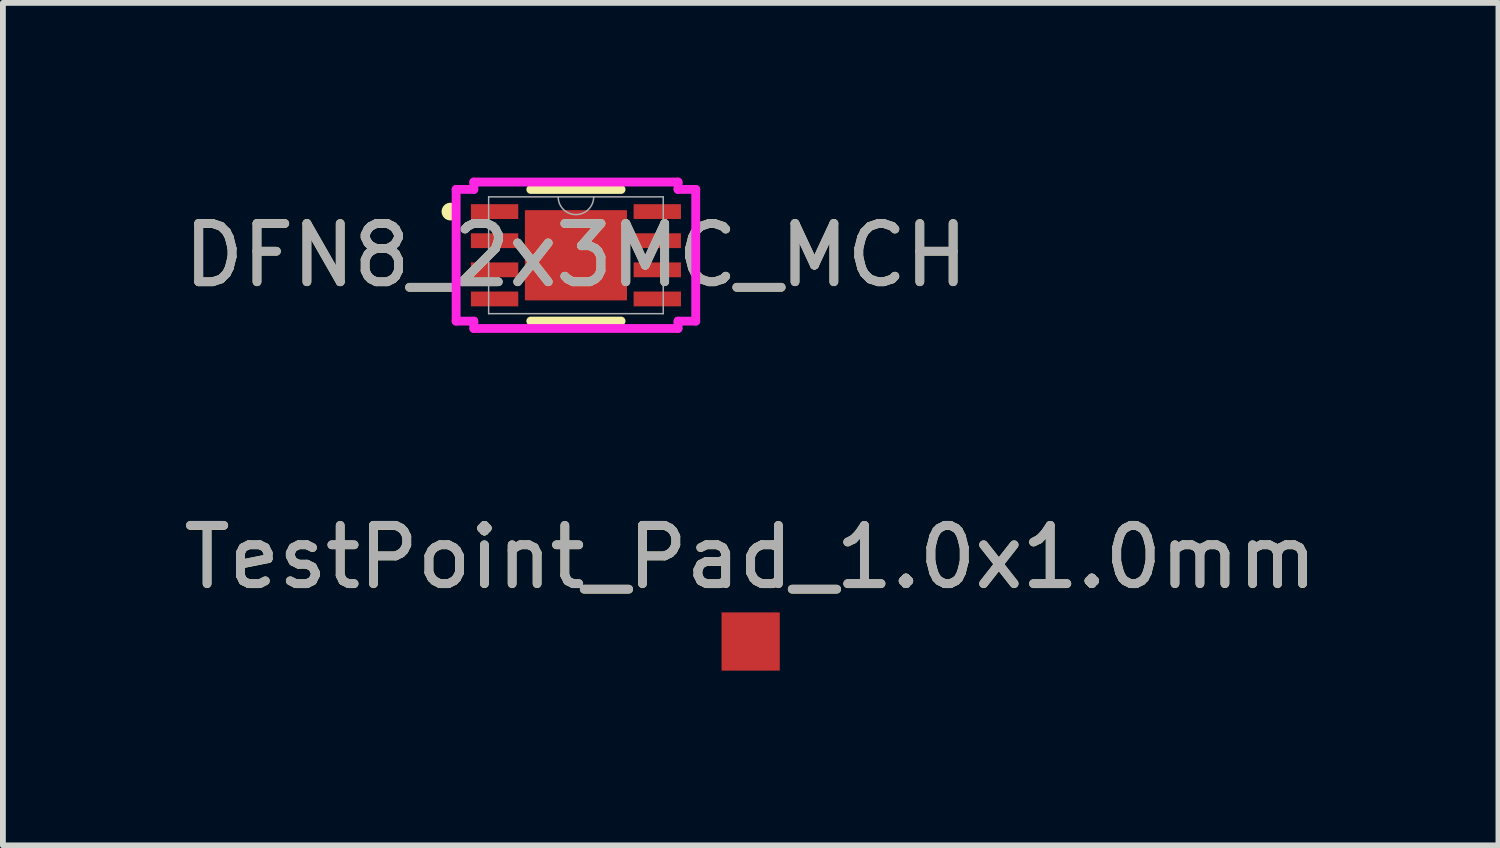
<source format=kicad_pcb>
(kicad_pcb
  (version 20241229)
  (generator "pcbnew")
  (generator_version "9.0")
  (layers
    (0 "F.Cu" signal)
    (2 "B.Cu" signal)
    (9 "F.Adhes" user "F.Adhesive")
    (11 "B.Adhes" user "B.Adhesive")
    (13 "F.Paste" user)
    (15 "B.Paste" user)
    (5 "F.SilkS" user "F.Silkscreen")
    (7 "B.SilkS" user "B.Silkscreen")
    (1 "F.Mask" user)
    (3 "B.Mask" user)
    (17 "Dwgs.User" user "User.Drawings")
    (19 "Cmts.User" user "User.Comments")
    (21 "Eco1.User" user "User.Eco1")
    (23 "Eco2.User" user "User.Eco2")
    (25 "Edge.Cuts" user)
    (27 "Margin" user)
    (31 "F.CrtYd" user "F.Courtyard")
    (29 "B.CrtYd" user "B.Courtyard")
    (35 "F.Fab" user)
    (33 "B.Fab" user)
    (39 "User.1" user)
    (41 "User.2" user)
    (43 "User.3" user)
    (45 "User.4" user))
  (footprint "DFN8_2x3MC_MCH"
    (layer "F.Cu")
    (at 6.839 1.333)
    (property "Reference" "DFN8_2x3MC_MCH" (at 0 0 0) (unlocked yes) (layer "F.SilkS") (effects (font (size 1 1) (thickness 0.15))))
    (attr smd)
    (fp_line (start -0.775 1.13) (end 0.775 1.13) (stroke (width 0.152) (type solid)) (layer "F.SilkS"))
    (fp_line (start 0.775 -1.13) (end -0.775 -1.13) (stroke (width 0.152) (type solid)) (layer "F.SilkS"))
    (fp_arc (start -2.13614 -0.676171) (mid -2.2312 -0.75) (end -2.13614 -0.823829) (stroke (width 0.1524) (type solid)) (layer "F.SilkS"))
    (fp_line (start -2.057 -1.131) (end -1.753 -1.131) (stroke (width 0.152) (type solid)) (layer "F.CrtYd"))
    (fp_line (start -2.057 1.131) (end -2.057 -1.131) (stroke (width 0.152) (type solid)) (layer "F.CrtYd"))
    (fp_line (start -2.057 1.131) (end -1.753 1.131) (stroke (width 0.152) (type solid)) (layer "F.CrtYd"))
    (fp_line (start -1.753 -1.257) (end 1.753 -1.257) (stroke (width 0.152) (type solid)) (layer "F.CrtYd"))
    (fp_line (start -1.753 -1.131) (end -1.753 -1.257) (stroke (width 0.152) (type solid)) (layer "F.CrtYd"))
    (fp_line (start -1.753 1.257) (end -1.753 1.131) (stroke (width 0.152) (type solid)) (layer "F.CrtYd"))
    (fp_line (start 1.753 -1.257) (end 1.753 -1.131) (stroke (width 0.152) (type solid)) (layer "F.CrtYd"))
    (fp_line (start 1.753 1.131) (end 1.753 1.257) (stroke (width 0.152) (type solid)) (layer "F.CrtYd"))
    (fp_line (start 1.753 1.257) (end -1.753 1.257) (stroke (width 0.152) (type solid)) (layer "F.CrtYd"))
    (fp_line (start 2.057 -1.131) (end 1.753 -1.131) (stroke (width 0.152) (type solid)) (layer "F.CrtYd"))
    (fp_line (start 2.057 -1.131) (end 2.057 1.131) (stroke (width 0.152) (type solid)) (layer "F.CrtYd"))
    (fp_line (start 2.057 1.131) (end 1.753 1.131) (stroke (width 0.152) (type solid)) (layer "F.CrtYd"))
    (fp_line (start -1.499 -1.003) (end -1.499 1.003) (stroke (width 0.025) (type solid)) (layer "F.Fab"))
    (fp_line (start -1.499 1.003) (end 1.499 1.003) (stroke (width 0.025) (type solid)) (layer "F.Fab"))
    (fp_line (start 1.499 -1.003) (end -1.499 -1.003) (stroke (width 0.025) (type solid)) (layer "F.Fab"))
    (fp_line (start 1.499 1.003) (end 1.499 -1.003) (stroke (width 0.025) (type solid)) (layer "F.Fab"))
    (fp_arc (start 0.3048 -1.0033) (mid 0 -0.6985) (end -0.3048 -1.0033) (stroke (width 0.0254) (type solid)) (layer "F.Fab"))
    (fp_text user "${REFERENCE}" (at 0 0 0) (unlocked yes) (layer "F.Fab") (effects (font (size 1 1) (thickness 0.15))))
    (pad "1" smd rect (at -1.397 -0.75) (size 0.813 0.254) (layers "F.Cu" "F.Mask" "F.Paste"))
    (pad "2" smd rect (at -1.397 -0.25) (size 0.813 0.254) (layers "F.Cu" "F.Mask" "F.Paste"))
    (pad "3" smd rect (at -1.397 0.25) (size 0.813 0.254) (layers "F.Cu" "F.Mask" "F.Paste"))
    (pad "4" smd rect (at -1.397 0.75) (size 0.813 0.254) (layers "F.Cu" "F.Mask" "F.Paste"))
    (pad "5" smd rect (at 1.397 0.75) (size 0.813 0.254) (layers "F.Cu" "F.Mask" "F.Paste"))
    (pad "6" smd rect (at 1.397 0.25) (size 0.813 0.254) (layers "F.Cu" "F.Mask" "F.Paste"))
    (pad "7" smd rect (at 1.397 -0.25) (size 0.813 0.254) (layers "F.Cu" "F.Mask" "F.Paste"))
    (pad "8" smd rect (at 1.397 -0.75) (size 0.813 0.254) (layers "F.Cu" "F.Mask" "F.Paste"))
    (pad "9" smd rect (at 0 0) (size 1.753 1.549) (layers "F.Cu" "F.Mask" "F.Paste")))
  (footprint "TestPoint_Pad_1.0x1.0mm"
    (layer "F.Cu")
    (at 9.839 7.965)
    (property "Reference" "TestPoint_Pad_1.0x1.0mm" (at 0 -1.448 0) (layer "F.SilkS") (effects (font (size 1 1) (thickness 0.15))))
    (attr exclude_from_pos_files exclude_from_bom)
    (fp_text user "${REFERENCE}" (at 0 -1.45 0) (layer "F.Fab") (effects (font (size 1 1) (thickness 0.15))))
    (pad "1" smd rect (at 0 0) (size 1 1) (layers "F.Cu" "F.Mask")))
  (gr_rect
    (start -3 -3)
    (end 22.679 11.465)
    (stroke (width 0.1) (type default))
    (fill no)
    (layer "Edge.Cuts")))
</source>
